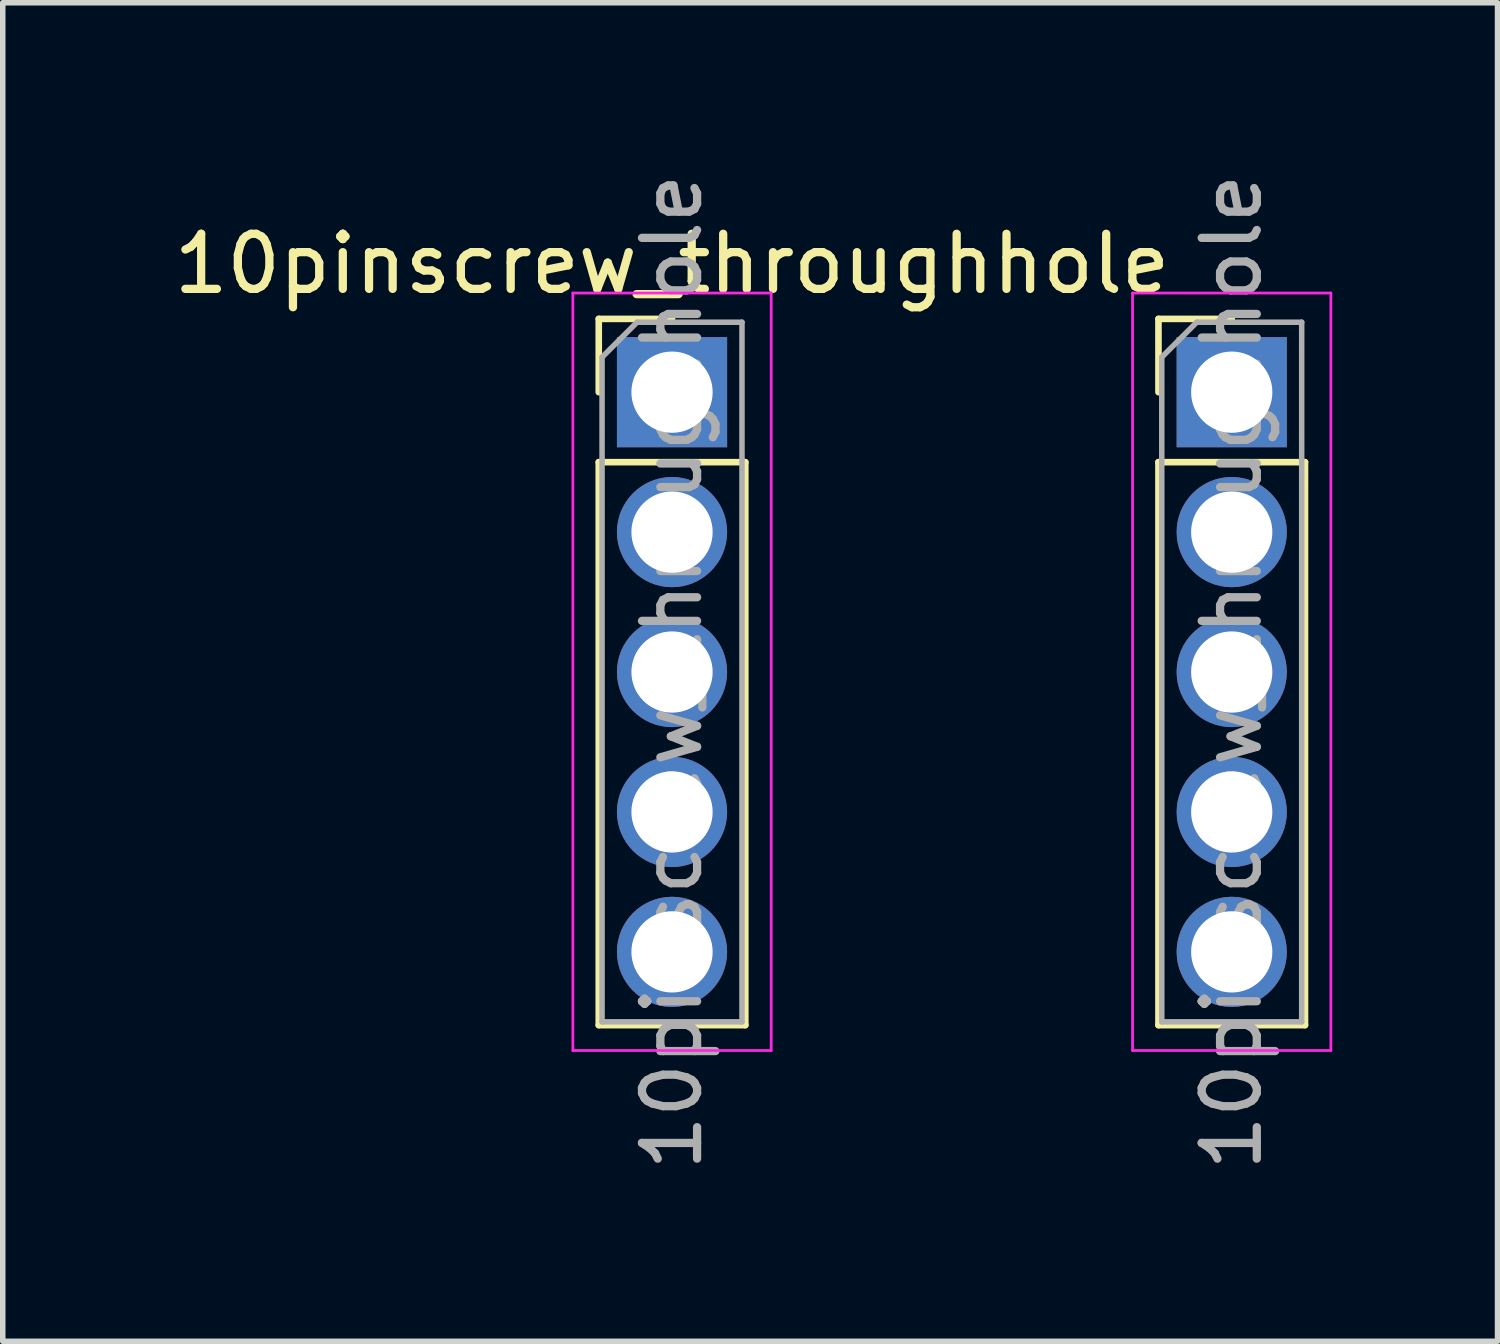
<source format=kicad_pcb>
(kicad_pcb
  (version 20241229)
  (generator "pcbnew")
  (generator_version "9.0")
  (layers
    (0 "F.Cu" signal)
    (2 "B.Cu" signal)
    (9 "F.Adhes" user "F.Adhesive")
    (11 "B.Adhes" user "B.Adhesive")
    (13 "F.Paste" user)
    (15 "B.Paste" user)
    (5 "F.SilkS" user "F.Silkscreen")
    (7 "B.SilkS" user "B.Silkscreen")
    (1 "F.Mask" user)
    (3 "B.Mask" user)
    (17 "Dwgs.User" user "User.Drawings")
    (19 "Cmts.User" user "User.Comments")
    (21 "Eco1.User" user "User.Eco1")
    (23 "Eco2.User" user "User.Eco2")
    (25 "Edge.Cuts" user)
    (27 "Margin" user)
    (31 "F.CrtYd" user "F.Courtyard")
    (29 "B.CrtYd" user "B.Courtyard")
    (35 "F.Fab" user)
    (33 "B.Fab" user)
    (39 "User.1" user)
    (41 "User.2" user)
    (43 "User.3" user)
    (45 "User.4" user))
  (footprint "10pinscrew_throughhole"
    (layer "F.Cu")
    (at 9.149 4.069)
    (property "Reference" "10pinscrew_throughhole" (at 0 -2.33 0) (layer "F.SilkS") (effects (font (size 1 1) (thickness 0.15))))
    (attr through_hole)
    (fp_line (start -1.33 -1.33) (end 0 -1.33) (stroke (width 0.12) (type solid)) (layer "F.SilkS"))
    (fp_line (start -1.33 0) (end -1.33 -1.33) (stroke (width 0.12) (type solid)) (layer "F.SilkS"))
    (fp_line (start -1.33 1.27) (end -1.33 11.49) (stroke (width 0.12) (type solid)) (layer "F.SilkS"))
    (fp_line (start -1.33 1.27) (end 1.33 1.27) (stroke (width 0.12) (type solid)) (layer "F.SilkS"))
    (fp_line (start -1.33 11.49) (end 1.33 11.49) (stroke (width 0.12) (type solid)) (layer "F.SilkS"))
    (fp_line (start 1.33 1.27) (end 1.33 11.49) (stroke (width 0.12) (type solid)) (layer "F.SilkS"))
    (fp_line (start 8.83 -1.33) (end 10.16 -1.33) (stroke (width 0.12) (type solid)) (layer "F.SilkS"))
    (fp_line (start 8.83 0) (end 8.83 -1.33) (stroke (width 0.12) (type solid)) (layer "F.SilkS"))
    (fp_line (start 8.83 1.27) (end 8.83 11.49) (stroke (width 0.12) (type solid)) (layer "F.SilkS"))
    (fp_line (start 8.83 1.27) (end 11.49 1.27) (stroke (width 0.12) (type solid)) (layer "F.SilkS"))
    (fp_line (start 8.83 11.49) (end 11.49 11.49) (stroke (width 0.12) (type solid)) (layer "F.SilkS"))
    (fp_line (start 11.49 1.27) (end 11.49 11.49) (stroke (width 0.12) (type solid)) (layer "F.SilkS"))
    (fp_line (start -1.8 -1.8) (end -1.8 11.95) (stroke (width 0.05) (type solid)) (layer "F.CrtYd"))
    (fp_line (start -1.8 11.95) (end 1.8 11.95) (stroke (width 0.05) (type solid)) (layer "F.CrtYd"))
    (fp_line (start 1.8 -1.8) (end -1.8 -1.8) (stroke (width 0.05) (type solid)) (layer "F.CrtYd"))
    (fp_line (start 1.8 11.95) (end 1.8 -1.8) (stroke (width 0.05) (type solid)) (layer "F.CrtYd"))
    (fp_line (start 8.36 -1.8) (end 8.36 11.95) (stroke (width 0.05) (type solid)) (layer "F.CrtYd"))
    (fp_line (start 8.36 11.95) (end 11.96 11.95) (stroke (width 0.05) (type solid)) (layer "F.CrtYd"))
    (fp_line (start 11.96 -1.8) (end 8.36 -1.8) (stroke (width 0.05) (type solid)) (layer "F.CrtYd"))
    (fp_line (start 11.96 11.95) (end 11.96 -1.8) (stroke (width 0.05) (type solid)) (layer "F.CrtYd"))
    (fp_line (start -1.27 -0.635) (end -0.635 -1.27) (stroke (width 0.1) (type solid)) (layer "F.Fab"))
    (fp_line (start -1.27 11.43) (end -1.27 -0.635) (stroke (width 0.1) (type solid)) (layer "F.Fab"))
    (fp_line (start -0.635 -1.27) (end 1.27 -1.27) (stroke (width 0.1) (type solid)) (layer "F.Fab"))
    (fp_line (start 1.27 -1.27) (end 1.27 11.43) (stroke (width 0.1) (type solid)) (layer "F.Fab"))
    (fp_line (start 1.27 11.43) (end -1.27 11.43) (stroke (width 0.1) (type solid)) (layer "F.Fab"))
    (fp_line (start 8.89 -0.635) (end 9.525 -1.27) (stroke (width 0.1) (type solid)) (layer "F.Fab"))
    (fp_line (start 8.89 11.43) (end 8.89 -0.635) (stroke (width 0.1) (type solid)) (layer "F.Fab"))
    (fp_line (start 9.525 -1.27) (end 11.43 -1.27) (stroke (width 0.1) (type solid)) (layer "F.Fab"))
    (fp_line (start 11.43 -1.27) (end 11.43 11.43) (stroke (width 0.1) (type solid)) (layer "F.Fab"))
    (fp_line (start 11.43 11.43) (end 8.89 11.43) (stroke (width 0.1) (type solid)) (layer "F.Fab"))
    (fp_text user "${REFERENCE}" (at 10.16 5.08 90) (layer "F.Fab") (effects (font (size 1 1) (thickness 0.15))))
    (fp_text user "${REFERENCE}" (at 0 5.08 90) (layer "F.Fab") (effects (font (size 1 1) (thickness 0.15))))
    (pad "1" thru_hole rect (at 0 0) (size 2 2) (drill 1.475) (layers "*.Cu" "*.Mask"))
    (pad "2" thru_hole oval (at 0 2.54) (size 2 2) (drill 1.475) (layers "*.Cu" "*.Mask"))
    (pad "3" thru_hole oval (at 0 5.08) (size 2 2) (drill 1.475) (layers "*.Cu" "*.Mask"))
    (pad "4" thru_hole oval (at 0 7.62) (size 2 2) (drill 1.475) (layers "*.Cu" "*.Mask"))
    (pad "5" thru_hole oval (at 0 10.16) (size 2 2) (drill 1.475) (layers "*.Cu" "*.Mask"))
    (pad "6" thru_hole rect (at 10.16 0) (size 2 2) (drill 1.475) (layers "*.Cu" "*.Mask"))
    (pad "7" thru_hole oval (at 10.16 2.54) (size 2 2) (drill 1.475) (layers "*.Cu" "*.Mask"))
    (pad "8" thru_hole oval (at 10.16 5.08) (size 2 2) (drill 1.475) (layers "*.Cu" "*.Mask"))
    (pad "9" thru_hole oval (at 10.16 7.62) (size 2 2) (drill 1.475) (layers "*.Cu" "*.Mask"))
    (pad "10" thru_hole oval (at 10.16 10.16) (size 2 2) (drill 1.475) (layers "*.Cu" "*.Mask")))
  (gr_rect
    (start -3 -3)
    (end 24.134 21.298)
    (stroke (width 0.1) (type default))
    (fill no)
    (layer "Edge.Cuts")))
</source>
